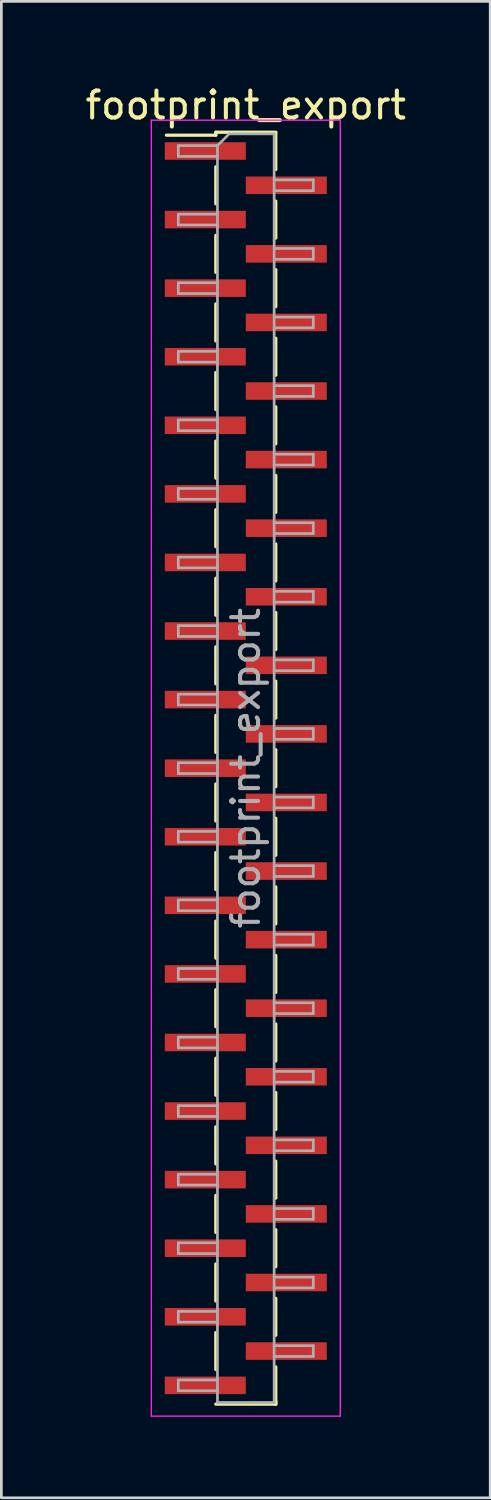
<source format=kicad_pcb>
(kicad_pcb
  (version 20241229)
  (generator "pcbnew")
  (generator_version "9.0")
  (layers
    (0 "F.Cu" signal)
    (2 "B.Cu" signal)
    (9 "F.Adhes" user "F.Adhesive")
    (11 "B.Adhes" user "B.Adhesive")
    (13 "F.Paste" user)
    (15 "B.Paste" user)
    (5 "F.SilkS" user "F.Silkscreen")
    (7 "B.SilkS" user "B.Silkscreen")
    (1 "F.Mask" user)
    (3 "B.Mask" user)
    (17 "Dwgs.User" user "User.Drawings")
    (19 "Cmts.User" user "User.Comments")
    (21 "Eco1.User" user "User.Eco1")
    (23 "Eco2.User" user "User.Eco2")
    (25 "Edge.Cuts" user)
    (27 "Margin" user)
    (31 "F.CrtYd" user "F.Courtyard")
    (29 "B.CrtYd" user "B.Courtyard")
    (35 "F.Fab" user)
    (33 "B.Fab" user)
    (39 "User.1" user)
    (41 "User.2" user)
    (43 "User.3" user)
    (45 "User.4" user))
  (footprint "footprint_export"
    (layer "F.Cu")
    (at 6.054 25.403)
    (property "Reference" "footprint_export" (at 0 -24.555 0) (layer "F.SilkS") (effects (font (size 1 1) (thickness 0.15))))
    (attr smd)
    (fp_line (start -1.11 -23.555) (end -1.11 -23.445) (stroke (width 0.12) (type solid)) (layer "F.SilkS"))
    (fp_line (start -1.11 -23.555) (end 1.11 -23.555) (stroke (width 0.12) (type solid)) (layer "F.SilkS"))
    (fp_line (start -1.11 -23.445) (end -2.94 -23.445) (stroke (width 0.12) (type solid)) (layer "F.SilkS"))
    (fp_line (start -1.11 -22.275) (end -1.11 -20.905) (stroke (width 0.12) (type solid)) (layer "F.SilkS"))
    (fp_line (start -1.11 -19.735) (end -1.11 -18.365) (stroke (width 0.12) (type solid)) (layer "F.SilkS"))
    (fp_line (start -1.11 -17.195) (end -1.11 -15.825) (stroke (width 0.12) (type solid)) (layer "F.SilkS"))
    (fp_line (start -1.11 -14.655) (end -1.11 -13.285) (stroke (width 0.12) (type solid)) (layer "F.SilkS"))
    (fp_line (start -1.11 -12.115) (end -1.11 -10.745) (stroke (width 0.12) (type solid)) (layer "F.SilkS"))
    (fp_line (start -1.11 -9.575) (end -1.11 -8.205) (stroke (width 0.12) (type solid)) (layer "F.SilkS"))
    (fp_line (start -1.11 -7.035) (end -1.11 -5.665) (stroke (width 0.12) (type solid)) (layer "F.SilkS"))
    (fp_line (start -1.11 -4.495) (end -1.11 -3.125) (stroke (width 0.12) (type solid)) (layer "F.SilkS"))
    (fp_line (start -1.11 -1.955) (end -1.11 -0.585) (stroke (width 0.12) (type solid)) (layer "F.SilkS"))
    (fp_line (start -1.11 0.585) (end -1.11 1.955) (stroke (width 0.12) (type solid)) (layer "F.SilkS"))
    (fp_line (start -1.11 3.125) (end -1.11 4.495) (stroke (width 0.12) (type solid)) (layer "F.SilkS"))
    (fp_line (start -1.11 5.665) (end -1.11 7.035) (stroke (width 0.12) (type solid)) (layer "F.SilkS"))
    (fp_line (start -1.11 8.205) (end -1.11 9.575) (stroke (width 0.12) (type solid)) (layer "F.SilkS"))
    (fp_line (start -1.11 10.745) (end -1.11 12.115) (stroke (width 0.12) (type solid)) (layer "F.SilkS"))
    (fp_line (start -1.11 13.285) (end -1.11 14.655) (stroke (width 0.12) (type solid)) (layer "F.SilkS"))
    (fp_line (start -1.11 15.825) (end -1.11 17.195) (stroke (width 0.12) (type solid)) (layer "F.SilkS"))
    (fp_line (start -1.11 18.365) (end -1.11 19.735) (stroke (width 0.12) (type solid)) (layer "F.SilkS"))
    (fp_line (start -1.11 20.905) (end -1.11 22.275) (stroke (width 0.12) (type solid)) (layer "F.SilkS"))
    (fp_line (start -1.11 23.555) (end 1.11 23.555) (stroke (width 0.12) (type solid)) (layer "F.SilkS"))
    (fp_line (start 1.11 -23.545) (end 1.11 -22.175) (stroke (width 0.12) (type solid)) (layer "F.SilkS"))
    (fp_line (start 1.11 -21.005) (end 1.11 -19.635) (stroke (width 0.12) (type solid)) (layer "F.SilkS"))
    (fp_line (start 1.11 -18.465) (end 1.11 -17.095) (stroke (width 0.12) (type solid)) (layer "F.SilkS"))
    (fp_line (start 1.11 -15.925) (end 1.11 -14.555) (stroke (width 0.12) (type solid)) (layer "F.SilkS"))
    (fp_line (start 1.11 -13.385) (end 1.11 -12.015) (stroke (width 0.12) (type solid)) (layer "F.SilkS"))
    (fp_line (start 1.11 -10.845) (end 1.11 -9.475) (stroke (width 0.12) (type solid)) (layer "F.SilkS"))
    (fp_line (start 1.11 -8.305) (end 1.11 -6.935) (stroke (width 0.12) (type solid)) (layer "F.SilkS"))
    (fp_line (start 1.11 -5.765) (end 1.11 -4.395) (stroke (width 0.12) (type solid)) (layer "F.SilkS"))
    (fp_line (start 1.11 -3.225) (end 1.11 -1.855) (stroke (width 0.12) (type solid)) (layer "F.SilkS"))
    (fp_line (start 1.11 -0.685) (end 1.11 0.685) (stroke (width 0.12) (type solid)) (layer "F.SilkS"))
    (fp_line (start 1.11 1.855) (end 1.11 3.225) (stroke (width 0.12) (type solid)) (layer "F.SilkS"))
    (fp_line (start 1.11 4.395) (end 1.11 5.765) (stroke (width 0.12) (type solid)) (layer "F.SilkS"))
    (fp_line (start 1.11 6.935) (end 1.11 8.305) (stroke (width 0.12) (type solid)) (layer "F.SilkS"))
    (fp_line (start 1.11 9.475) (end 1.11 10.845) (stroke (width 0.12) (type solid)) (layer "F.SilkS"))
    (fp_line (start 1.11 12.015) (end 1.11 13.385) (stroke (width 0.12) (type solid)) (layer "F.SilkS"))
    (fp_line (start 1.11 14.555) (end 1.11 15.925) (stroke (width 0.12) (type solid)) (layer "F.SilkS"))
    (fp_line (start 1.11 17.095) (end 1.11 18.465) (stroke (width 0.12) (type solid)) (layer "F.SilkS"))
    (fp_line (start 1.11 19.635) (end 1.11 21.005) (stroke (width 0.12) (type solid)) (layer "F.SilkS"))
    (fp_line (start 1.11 22.175) (end 1.11 23.545) (stroke (width 0.12) (type solid)) (layer "F.SilkS"))
    (fp_line (start 1.11 23.445) (end 1.11 23.555) (stroke (width 0.12) (type solid)) (layer "F.SilkS"))
    (fp_line (start -3.5 -24) (end -3.5 24) (stroke (width 0.05) (type solid)) (layer "F.CrtYd"))
    (fp_line (start -3.5 24) (end 3.5 24) (stroke (width 0.05) (type solid)) (layer "F.CrtYd"))
    (fp_line (start 3.5 -24) (end -3.5 -24) (stroke (width 0.05) (type solid)) (layer "F.CrtYd"))
    (fp_line (start 3.5 24) (end 3.5 -24) (stroke (width 0.05) (type solid)) (layer "F.CrtYd"))
    (fp_line (start -2.5 -23.06) (end -2.5 -22.66) (stroke (width 0.1) (type solid)) (layer "F.Fab"))
    (fp_line (start -2.5 -22.66) (end -1.05 -22.66) (stroke (width 0.1) (type solid)) (layer "F.Fab"))
    (fp_line (start -2.5 -20.52) (end -2.5 -20.12) (stroke (width 0.1) (type solid)) (layer "F.Fab"))
    (fp_line (start -2.5 -20.12) (end -1.05 -20.12) (stroke (width 0.1) (type solid)) (layer "F.Fab"))
    (fp_line (start -2.5 -17.98) (end -2.5 -17.58) (stroke (width 0.1) (type solid)) (layer "F.Fab"))
    (fp_line (start -2.5 -17.58) (end -1.05 -17.58) (stroke (width 0.1) (type solid)) (layer "F.Fab"))
    (fp_line (start -2.5 -15.44) (end -2.5 -15.04) (stroke (width 0.1) (type solid)) (layer "F.Fab"))
    (fp_line (start -2.5 -15.04) (end -1.05 -15.04) (stroke (width 0.1) (type solid)) (layer "F.Fab"))
    (fp_line (start -2.5 -12.9) (end -2.5 -12.5) (stroke (width 0.1) (type solid)) (layer "F.Fab"))
    (fp_line (start -2.5 -12.5) (end -1.05 -12.5) (stroke (width 0.1) (type solid)) (layer "F.Fab"))
    (fp_line (start -2.5 -10.36) (end -2.5 -9.96) (stroke (width 0.1) (type solid)) (layer "F.Fab"))
    (fp_line (start -2.5 -9.96) (end -1.05 -9.96) (stroke (width 0.1) (type solid)) (layer "F.Fab"))
    (fp_line (start -2.5 -7.82) (end -2.5 -7.42) (stroke (width 0.1) (type solid)) (layer "F.Fab"))
    (fp_line (start -2.5 -7.42) (end -1.05 -7.42) (stroke (width 0.1) (type solid)) (layer "F.Fab"))
    (fp_line (start -2.5 -5.28) (end -2.5 -4.88) (stroke (width 0.1) (type solid)) (layer "F.Fab"))
    (fp_line (start -2.5 -4.88) (end -1.05 -4.88) (stroke (width 0.1) (type solid)) (layer "F.Fab"))
    (fp_line (start -2.5 -2.74) (end -2.5 -2.34) (stroke (width 0.1) (type solid)) (layer "F.Fab"))
    (fp_line (start -2.5 -2.34) (end -1.05 -2.34) (stroke (width 0.1) (type solid)) (layer "F.Fab"))
    (fp_line (start -2.5 -0.2) (end -2.5 0.2) (stroke (width 0.1) (type solid)) (layer "F.Fab"))
    (fp_line (start -2.5 0.2) (end -1.05 0.2) (stroke (width 0.1) (type solid)) (layer "F.Fab"))
    (fp_line (start -2.5 2.34) (end -2.5 2.74) (stroke (width 0.1) (type solid)) (layer "F.Fab"))
    (fp_line (start -2.5 2.74) (end -1.05 2.74) (stroke (width 0.1) (type solid)) (layer "F.Fab"))
    (fp_line (start -2.5 4.88) (end -2.5 5.28) (stroke (width 0.1) (type solid)) (layer "F.Fab"))
    (fp_line (start -2.5 5.28) (end -1.05 5.28) (stroke (width 0.1) (type solid)) (layer "F.Fab"))
    (fp_line (start -2.5 7.42) (end -2.5 7.82) (stroke (width 0.1) (type solid)) (layer "F.Fab"))
    (fp_line (start -2.5 7.82) (end -1.05 7.82) (stroke (width 0.1) (type solid)) (layer "F.Fab"))
    (fp_line (start -2.5 9.96) (end -2.5 10.36) (stroke (width 0.1) (type solid)) (layer "F.Fab"))
    (fp_line (start -2.5 10.36) (end -1.05 10.36) (stroke (width 0.1) (type solid)) (layer "F.Fab"))
    (fp_line (start -2.5 12.5) (end -2.5 12.9) (stroke (width 0.1) (type solid)) (layer "F.Fab"))
    (fp_line (start -2.5 12.9) (end -1.05 12.9) (stroke (width 0.1) (type solid)) (layer "F.Fab"))
    (fp_line (start -2.5 15.04) (end -2.5 15.44) (stroke (width 0.1) (type solid)) (layer "F.Fab"))
    (fp_line (start -2.5 15.44) (end -1.05 15.44) (stroke (width 0.1) (type solid)) (layer "F.Fab"))
    (fp_line (start -2.5 17.58) (end -2.5 17.98) (stroke (width 0.1) (type solid)) (layer "F.Fab"))
    (fp_line (start -2.5 17.98) (end -1.05 17.98) (stroke (width 0.1) (type solid)) (layer "F.Fab"))
    (fp_line (start -2.5 20.12) (end -2.5 20.52) (stroke (width 0.1) (type solid)) (layer "F.Fab"))
    (fp_line (start -2.5 20.52) (end -1.05 20.52) (stroke (width 0.1) (type solid)) (layer "F.Fab"))
    (fp_line (start -2.5 22.66) (end -2.5 23.06) (stroke (width 0.1) (type solid)) (layer "F.Fab"))
    (fp_line (start -2.5 23.06) (end -1.05 23.06) (stroke (width 0.1) (type solid)) (layer "F.Fab"))
    (fp_line (start -1.05 -23.06) (end -2.5 -23.06) (stroke (width 0.1) (type solid)) (layer "F.Fab"))
    (fp_line (start -1.05 -23.06) (end -0.615 -23.495) (stroke (width 0.1) (type solid)) (layer "F.Fab"))
    (fp_line (start -1.05 -20.52) (end -2.5 -20.52) (stroke (width 0.1) (type solid)) (layer "F.Fab"))
    (fp_line (start -1.05 -17.98) (end -2.5 -17.98) (stroke (width 0.1) (type solid)) (layer "F.Fab"))
    (fp_line (start -1.05 -15.44) (end -2.5 -15.44) (stroke (width 0.1) (type solid)) (layer "F.Fab"))
    (fp_line (start -1.05 -12.9) (end -2.5 -12.9) (stroke (width 0.1) (type solid)) (layer "F.Fab"))
    (fp_line (start -1.05 -10.36) (end -2.5 -10.36) (stroke (width 0.1) (type solid)) (layer "F.Fab"))
    (fp_line (start -1.05 -7.82) (end -2.5 -7.82) (stroke (width 0.1) (type solid)) (layer "F.Fab"))
    (fp_line (start -1.05 -5.28) (end -2.5 -5.28) (stroke (width 0.1) (type solid)) (layer "F.Fab"))
    (fp_line (start -1.05 -2.74) (end -2.5 -2.74) (stroke (width 0.1) (type solid)) (layer "F.Fab"))
    (fp_line (start -1.05 -0.2) (end -2.5 -0.2) (stroke (width 0.1) (type solid)) (layer "F.Fab"))
    (fp_line (start -1.05 2.34) (end -2.5 2.34) (stroke (width 0.1) (type solid)) (layer "F.Fab"))
    (fp_line (start -1.05 4.88) (end -2.5 4.88) (stroke (width 0.1) (type solid)) (layer "F.Fab"))
    (fp_line (start -1.05 7.42) (end -2.5 7.42) (stroke (width 0.1) (type solid)) (layer "F.Fab"))
    (fp_line (start -1.05 9.96) (end -2.5 9.96) (stroke (width 0.1) (type solid)) (layer "F.Fab"))
    (fp_line (start -1.05 12.5) (end -2.5 12.5) (stroke (width 0.1) (type solid)) (layer "F.Fab"))
    (fp_line (start -1.05 15.04) (end -2.5 15.04) (stroke (width 0.1) (type solid)) (layer "F.Fab"))
    (fp_line (start -1.05 17.58) (end -2.5 17.58) (stroke (width 0.1) (type solid)) (layer "F.Fab"))
    (fp_line (start -1.05 20.12) (end -2.5 20.12) (stroke (width 0.1) (type solid)) (layer "F.Fab"))
    (fp_line (start -1.05 22.66) (end -2.5 22.66) (stroke (width 0.1) (type solid)) (layer "F.Fab"))
    (fp_line (start -1.05 23.495) (end -1.05 -23.06) (stroke (width 0.1) (type solid)) (layer "F.Fab"))
    (fp_line (start -0.615 -23.495) (end 1.05 -23.495) (stroke (width 0.1) (type solid)) (layer "F.Fab"))
    (fp_line (start 1.05 -23.495) (end 1.05 23.495) (stroke (width 0.1) (type solid)) (layer "F.Fab"))
    (fp_line (start 1.05 -21.79) (end 2.5 -21.79) (stroke (width 0.1) (type solid)) (layer "F.Fab"))
    (fp_line (start 1.05 -19.25) (end 2.5 -19.25) (stroke (width 0.1) (type solid)) (layer "F.Fab"))
    (fp_line (start 1.05 -16.71) (end 2.5 -16.71) (stroke (width 0.1) (type solid)) (layer "F.Fab"))
    (fp_line (start 1.05 -14.17) (end 2.5 -14.17) (stroke (width 0.1) (type solid)) (layer "F.Fab"))
    (fp_line (start 1.05 -11.63) (end 2.5 -11.63) (stroke (width 0.1) (type solid)) (layer "F.Fab"))
    (fp_line (start 1.05 -9.09) (end 2.5 -9.09) (stroke (width 0.1) (type solid)) (layer "F.Fab"))
    (fp_line (start 1.05 -6.55) (end 2.5 -6.55) (stroke (width 0.1) (type solid)) (layer "F.Fab"))
    (fp_line (start 1.05 -4.01) (end 2.5 -4.01) (stroke (width 0.1) (type solid)) (layer "F.Fab"))
    (fp_line (start 1.05 -1.47) (end 2.5 -1.47) (stroke (width 0.1) (type solid)) (layer "F.Fab"))
    (fp_line (start 1.05 1.07) (end 2.5 1.07) (stroke (width 0.1) (type solid)) (layer "F.Fab"))
    (fp_line (start 1.05 3.61) (end 2.5 3.61) (stroke (width 0.1) (type solid)) (layer "F.Fab"))
    (fp_line (start 1.05 6.15) (end 2.5 6.15) (stroke (width 0.1) (type solid)) (layer "F.Fab"))
    (fp_line (start 1.05 8.69) (end 2.5 8.69) (stroke (width 0.1) (type solid)) (layer "F.Fab"))
    (fp_line (start 1.05 11.23) (end 2.5 11.23) (stroke (width 0.1) (type solid)) (layer "F.Fab"))
    (fp_line (start 1.05 13.77) (end 2.5 13.77) (stroke (width 0.1) (type solid)) (layer "F.Fab"))
    (fp_line (start 1.05 16.31) (end 2.5 16.31) (stroke (width 0.1) (type solid)) (layer "F.Fab"))
    (fp_line (start 1.05 18.85) (end 2.5 18.85) (stroke (width 0.1) (type solid)) (layer "F.Fab"))
    (fp_line (start 1.05 21.39) (end 2.5 21.39) (stroke (width 0.1) (type solid)) (layer "F.Fab"))
    (fp_line (start 1.05 23.495) (end -1.05 23.495) (stroke (width 0.1) (type solid)) (layer "F.Fab"))
    (fp_line (start 2.5 -21.79) (end 2.5 -21.39) (stroke (width 0.1) (type solid)) (layer "F.Fab"))
    (fp_line (start 2.5 -21.39) (end 1.05 -21.39) (stroke (width 0.1) (type solid)) (layer "F.Fab"))
    (fp_line (start 2.5 -19.25) (end 2.5 -18.85) (stroke (width 0.1) (type solid)) (layer "F.Fab"))
    (fp_line (start 2.5 -18.85) (end 1.05 -18.85) (stroke (width 0.1) (type solid)) (layer "F.Fab"))
    (fp_line (start 2.5 -16.71) (end 2.5 -16.31) (stroke (width 0.1) (type solid)) (layer "F.Fab"))
    (fp_line (start 2.5 -16.31) (end 1.05 -16.31) (stroke (width 0.1) (type solid)) (layer "F.Fab"))
    (fp_line (start 2.5 -14.17) (end 2.5 -13.77) (stroke (width 0.1) (type solid)) (layer "F.Fab"))
    (fp_line (start 2.5 -13.77) (end 1.05 -13.77) (stroke (width 0.1) (type solid)) (layer "F.Fab"))
    (fp_line (start 2.5 -11.63) (end 2.5 -11.23) (stroke (width 0.1) (type solid)) (layer "F.Fab"))
    (fp_line (start 2.5 -11.23) (end 1.05 -11.23) (stroke (width 0.1) (type solid)) (layer "F.Fab"))
    (fp_line (start 2.5 -9.09) (end 2.5 -8.69) (stroke (width 0.1) (type solid)) (layer "F.Fab"))
    (fp_line (start 2.5 -8.69) (end 1.05 -8.69) (stroke (width 0.1) (type solid)) (layer "F.Fab"))
    (fp_line (start 2.5 -6.55) (end 2.5 -6.15) (stroke (width 0.1) (type solid)) (layer "F.Fab"))
    (fp_line (start 2.5 -6.15) (end 1.05 -6.15) (stroke (width 0.1) (type solid)) (layer "F.Fab"))
    (fp_line (start 2.5 -4.01) (end 2.5 -3.61) (stroke (width 0.1) (type solid)) (layer "F.Fab"))
    (fp_line (start 2.5 -3.61) (end 1.05 -3.61) (stroke (width 0.1) (type solid)) (layer "F.Fab"))
    (fp_line (start 2.5 -1.47) (end 2.5 -1.07) (stroke (width 0.1) (type solid)) (layer "F.Fab"))
    (fp_line (start 2.5 -1.07) (end 1.05 -1.07) (stroke (width 0.1) (type solid)) (layer "F.Fab"))
    (fp_line (start 2.5 1.07) (end 2.5 1.47) (stroke (width 0.1) (type solid)) (layer "F.Fab"))
    (fp_line (start 2.5 1.47) (end 1.05 1.47) (stroke (width 0.1) (type solid)) (layer "F.Fab"))
    (fp_line (start 2.5 3.61) (end 2.5 4.01) (stroke (width 0.1) (type solid)) (layer "F.Fab"))
    (fp_line (start 2.5 4.01) (end 1.05 4.01) (stroke (width 0.1) (type solid)) (layer "F.Fab"))
    (fp_line (start 2.5 6.15) (end 2.5 6.55) (stroke (width 0.1) (type solid)) (layer "F.Fab"))
    (fp_line (start 2.5 6.55) (end 1.05 6.55) (stroke (width 0.1) (type solid)) (layer "F.Fab"))
    (fp_line (start 2.5 8.69) (end 2.5 9.09) (stroke (width 0.1) (type solid)) (layer "F.Fab"))
    (fp_line (start 2.5 9.09) (end 1.05 9.09) (stroke (width 0.1) (type solid)) (layer "F.Fab"))
    (fp_line (start 2.5 11.23) (end 2.5 11.63) (stroke (width 0.1) (type solid)) (layer "F.Fab"))
    (fp_line (start 2.5 11.63) (end 1.05 11.63) (stroke (width 0.1) (type solid)) (layer "F.Fab"))
    (fp_line (start 2.5 13.77) (end 2.5 14.17) (stroke (width 0.1) (type solid)) (layer "F.Fab"))
    (fp_line (start 2.5 14.17) (end 1.05 14.17) (stroke (width 0.1) (type solid)) (layer "F.Fab"))
    (fp_line (start 2.5 16.31) (end 2.5 16.71) (stroke (width 0.1) (type solid)) (layer "F.Fab"))
    (fp_line (start 2.5 16.71) (end 1.05 16.71) (stroke (width 0.1) (type solid)) (layer "F.Fab"))
    (fp_line (start 2.5 18.85) (end 2.5 19.25) (stroke (width 0.1) (type solid)) (layer "F.Fab"))
    (fp_line (start 2.5 19.25) (end 1.05 19.25) (stroke (width 0.1) (type solid)) (layer "F.Fab"))
    (fp_line (start 2.5 21.39) (end 2.5 21.79) (stroke (width 0.1) (type solid)) (layer "F.Fab"))
    (fp_line (start 2.5 21.79) (end 1.05 21.79) (stroke (width 0.1) (type solid)) (layer "F.Fab"))
    (fp_text user "${REFERENCE}" (at 0 0 90) (layer "F.Fab") (effects (font (size 1 1) (thickness 0.15))))
    (pad "1" smd rect (at -1.5 -22.86) (size 3 0.65) (layers "F.Cu" "F.Mask" "F.Paste"))
    (pad "2" smd rect (at 1.5 -21.59) (size 3 0.65) (layers "F.Cu" "F.Mask" "F.Paste"))
    (pad "3" smd rect (at -1.5 -20.32) (size 3 0.65) (layers "F.Cu" "F.Mask" "F.Paste"))
    (pad "4" smd rect (at 1.5 -19.05) (size 3 0.65) (layers "F.Cu" "F.Mask" "F.Paste"))
    (pad "5" smd rect (at -1.5 -17.78) (size 3 0.65) (layers "F.Cu" "F.Mask" "F.Paste"))
    (pad "6" smd rect (at 1.5 -16.51) (size 3 0.65) (layers "F.Cu" "F.Mask" "F.Paste"))
    (pad "7" smd rect (at -1.5 -15.24) (size 3 0.65) (layers "F.Cu" "F.Mask" "F.Paste"))
    (pad "8" smd rect (at 1.5 -13.97) (size 3 0.65) (layers "F.Cu" "F.Mask" "F.Paste"))
    (pad "9" smd rect (at -1.5 -12.7) (size 3 0.65) (layers "F.Cu" "F.Mask" "F.Paste"))
    (pad "10" smd rect (at 1.5 -11.43) (size 3 0.65) (layers "F.Cu" "F.Mask" "F.Paste"))
    (pad "11" smd rect (at -1.5 -10.16) (size 3 0.65) (layers "F.Cu" "F.Mask" "F.Paste"))
    (pad "12" smd rect (at 1.5 -8.89) (size 3 0.65) (layers "F.Cu" "F.Mask" "F.Paste"))
    (pad "13" smd rect (at -1.5 -7.62) (size 3 0.65) (layers "F.Cu" "F.Mask" "F.Paste"))
    (pad "14" smd rect (at 1.5 -6.35) (size 3 0.65) (layers "F.Cu" "F.Mask" "F.Paste"))
    (pad "15" smd rect (at -1.5 -5.08) (size 3 0.65) (layers "F.Cu" "F.Mask" "F.Paste"))
    (pad "16" smd rect (at 1.5 -3.81) (size 3 0.65) (layers "F.Cu" "F.Mask" "F.Paste"))
    (pad "17" smd rect (at -1.5 -2.54) (size 3 0.65) (layers "F.Cu" "F.Mask" "F.Paste"))
    (pad "18" smd rect (at 1.5 -1.27) (size 3 0.65) (layers "F.Cu" "F.Mask" "F.Paste"))
    (pad "19" smd rect (at -1.5 0) (size 3 0.65) (layers "F.Cu" "F.Mask" "F.Paste"))
    (pad "20" smd rect (at 1.5 1.27) (size 3 0.65) (layers "F.Cu" "F.Mask" "F.Paste"))
    (pad "21" smd rect (at -1.5 2.54) (size 3 0.65) (layers "F.Cu" "F.Mask" "F.Paste"))
    (pad "22" smd rect (at 1.5 3.81) (size 3 0.65) (layers "F.Cu" "F.Mask" "F.Paste"))
    (pad "23" smd rect (at -1.5 5.08) (size 3 0.65) (layers "F.Cu" "F.Mask" "F.Paste"))
    (pad "24" smd rect (at 1.5 6.35) (size 3 0.65) (layers "F.Cu" "F.Mask" "F.Paste"))
    (pad "25" smd rect (at -1.5 7.62) (size 3 0.65) (layers "F.Cu" "F.Mask" "F.Paste"))
    (pad "26" smd rect (at 1.5 8.89) (size 3 0.65) (layers "F.Cu" "F.Mask" "F.Paste"))
    (pad "27" smd rect (at -1.5 10.16) (size 3 0.65) (layers "F.Cu" "F.Mask" "F.Paste"))
    (pad "28" smd rect (at 1.5 11.43) (size 3 0.65) (layers "F.Cu" "F.Mask" "F.Paste"))
    (pad "29" smd rect (at -1.5 12.7) (size 3 0.65) (layers "F.Cu" "F.Mask" "F.Paste"))
    (pad "30" smd rect (at 1.5 13.97) (size 3 0.65) (layers "F.Cu" "F.Mask" "F.Paste"))
    (pad "31" smd rect (at -1.5 15.24) (size 3 0.65) (layers "F.Cu" "F.Mask" "F.Paste"))
    (pad "32" smd rect (at 1.5 16.51) (size 3 0.65) (layers "F.Cu" "F.Mask" "F.Paste"))
    (pad "33" smd rect (at -1.5 17.78) (size 3 0.65) (layers "F.Cu" "F.Mask" "F.Paste"))
    (pad "34" smd rect (at 1.5 19.05) (size 3 0.65) (layers "F.Cu" "F.Mask" "F.Paste"))
    (pad "35" smd rect (at -1.5 20.32) (size 3 0.65) (layers "F.Cu" "F.Mask" "F.Paste"))
    (pad "36" smd rect (at 1.5 21.59) (size 3 0.65) (layers "F.Cu" "F.Mask" "F.Paste"))
    (pad "37" smd rect (at -1.5 22.86) (size 3 0.65) (layers "F.Cu" "F.Mask" "F.Paste")))
  (gr_rect
    (start -3 -3)
    (end 15.107 52.428)
    (stroke (width 0.1) (type default))
    (fill no)
    (layer "Edge.Cuts")))
</source>
